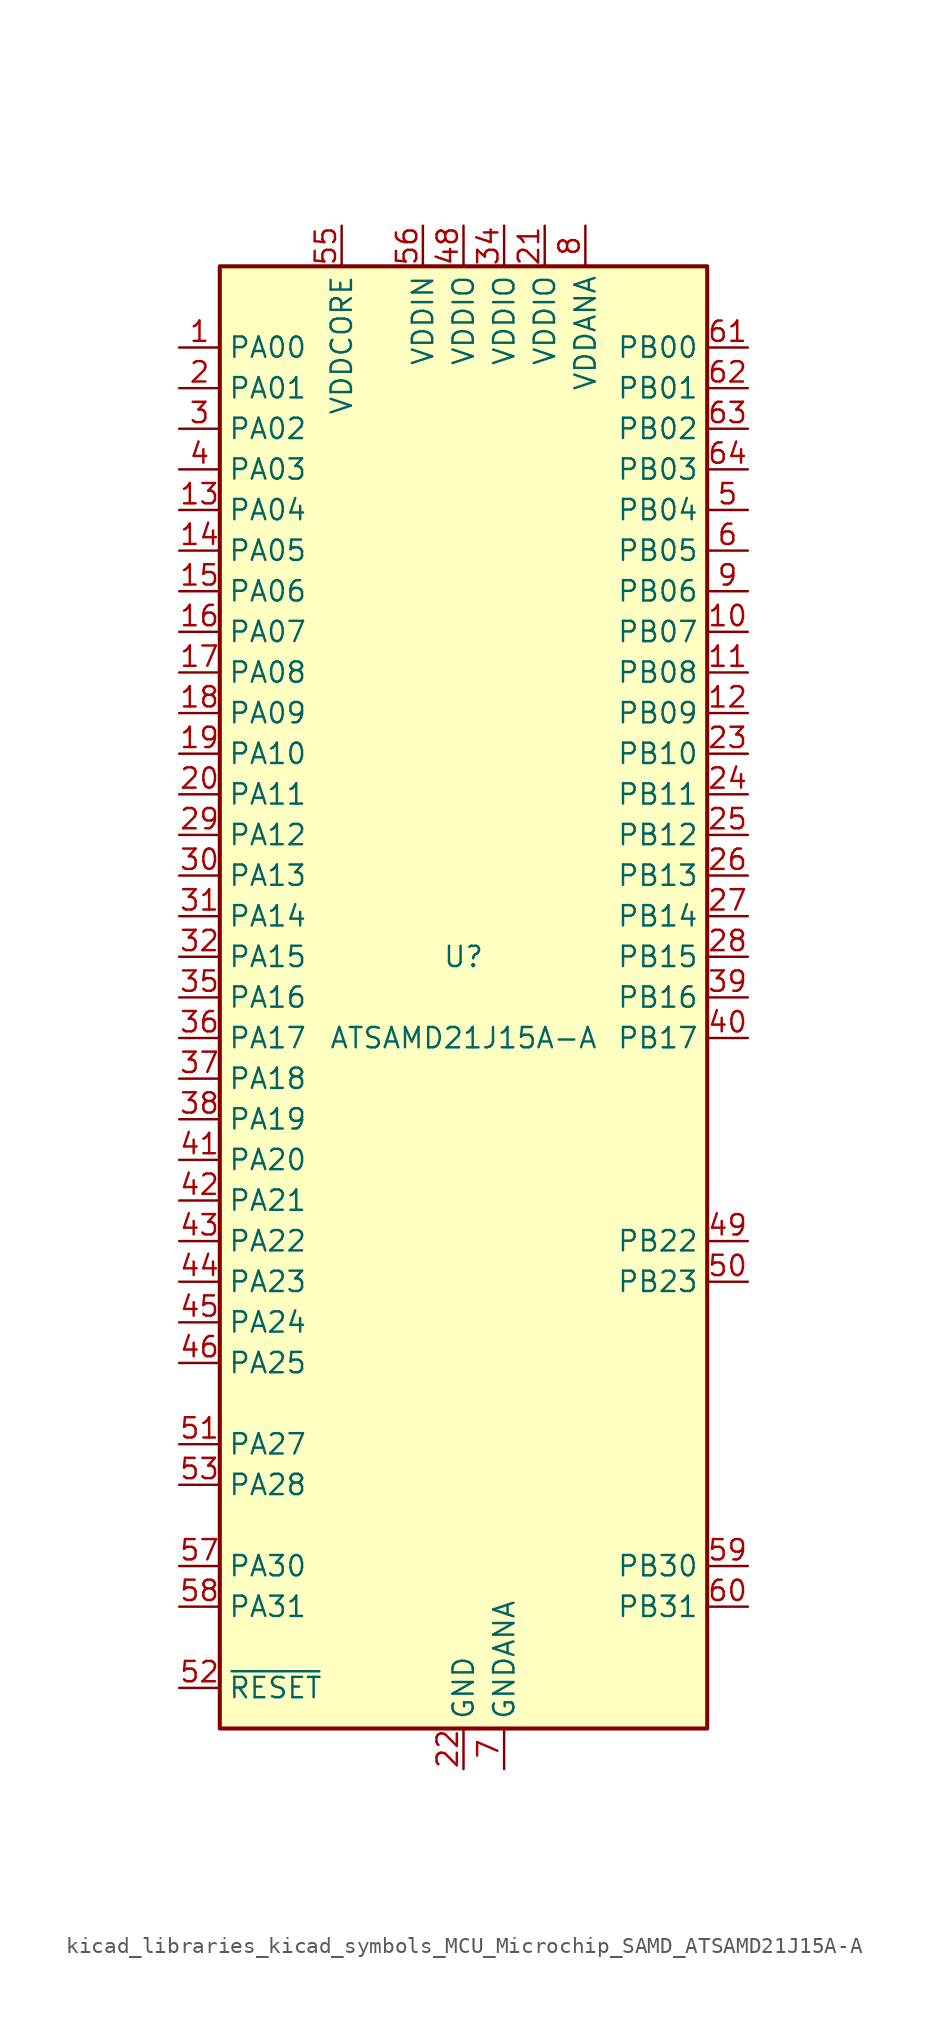
<source format=kicad_sym>
(kicad_symbol_lib
  (version 20220914)
  (generator kicad_symbol_editor)
  (symbol "kicad_libraries_kicad_symbols_MCU_Microchip_SAMD_ATSAMD21J15A-A"
    (property "Reference" "U"
      (at 0 2.54 0)
      (effects (font (size 1.27 1.27))))
    (property "Value" "ATSAMD21J15A-A"
      (at 0 -2.54 0)
      (effects (font (size 1.27 1.27))))
    (symbol "kicad_libraries_kicad_symbols_MCU_Microchip_SAMD_ATSAMD21J15A-A_0_1"
      (rectangle (start -15.24 45.72) (end 15.24 -45.72) (stroke (width 0.254) (type default)) (fill (type background))))
    (symbol "kicad_libraries_kicad_symbols_MCU_Microchip_SAMD_ATSAMD21J15A-A_1_1"
      (pin bidirectional line (at -17.78 40.64 0) (length 2.54) (name "PA00" (effects (font (size 1.27 1.27)))) (number "1" (effects (font (size 1.27 1.27)))))
      (pin bidirectional line (at 17.78 22.86 180) (length 2.54) (name "PB07" (effects (font (size 1.27 1.27)))) (number "10" (effects (font (size 1.27 1.27)))))
      (pin bidirectional line (at 17.78 20.32 180) (length 2.54) (name "PB08" (effects (font (size 1.27 1.27)))) (number "11" (effects (font (size 1.27 1.27)))))
      (pin bidirectional line (at 17.78 17.78 180) (length 2.54) (name "PB09" (effects (font (size 1.27 1.27)))) (number "12" (effects (font (size 1.27 1.27)))))
      (pin bidirectional line (at -17.78 30.48 0) (length 2.54) (name "PA04" (effects (font (size 1.27 1.27)))) (number "13" (effects (font (size 1.27 1.27)))))
      (pin bidirectional line (at -17.78 27.94 0) (length 2.54) (name "PA05" (effects (font (size 1.27 1.27)))) (number "14" (effects (font (size 1.27 1.27)))))
      (pin bidirectional line (at -17.78 25.4 0) (length 2.54) (name "PA06" (effects (font (size 1.27 1.27)))) (number "15" (effects (font (size 1.27 1.27)))))
      (pin bidirectional line (at -17.78 22.86 0) (length 2.54) (name "PA07" (effects (font (size 1.27 1.27)))) (number "16" (effects (font (size 1.27 1.27)))))
      (pin bidirectional line (at -17.78 20.32 0) (length 2.54) (name "PA08" (effects (font (size 1.27 1.27)))) (number "17" (effects (font (size 1.27 1.27)))))
      (pin bidirectional line (at -17.78 17.78 0) (length 2.54) (name "PA09" (effects (font (size 1.27 1.27)))) (number "18" (effects (font (size 1.27 1.27)))))
      (pin bidirectional line (at -17.78 15.24 0) (length 2.54) (name "PA10" (effects (font (size 1.27 1.27)))) (number "19" (effects (font (size 1.27 1.27)))))
      (pin bidirectional line (at -17.78 38.1 0) (length 2.54) (name "PA01" (effects (font (size 1.27 1.27)))) (number "2" (effects (font (size 1.27 1.27)))))
      (pin bidirectional line (at -17.78 12.7 0) (length 2.54) (name "PA11" (effects (font (size 1.27 1.27)))) (number "20" (effects (font (size 1.27 1.27)))))
      (pin power_in line (at 5.08 48.26 270) (length 2.54) (name "VDDIO" (effects (font (size 1.27 1.27)))) (number "21" (effects (font (size 1.27 1.27)))))
      (pin power_in line (at 0 -48.26 90) (length 2.54) (name "GND" (effects (font (size 1.27 1.27)))) (number "22" (effects (font (size 1.27 1.27)))))
      (pin bidirectional line (at 17.78 15.24 180) (length 2.54) (name "PB10" (effects (font (size 1.27 1.27)))) (number "23" (effects (font (size 1.27 1.27)))))
      (pin bidirectional line (at 17.78 12.7 180) (length 2.54) (name "PB11" (effects (font (size 1.27 1.27)))) (number "24" (effects (font (size 1.27 1.27)))))
      (pin bidirectional line (at 17.78 10.16 180) (length 2.54) (name "PB12" (effects (font (size 1.27 1.27)))) (number "25" (effects (font (size 1.27 1.27)))))
      (pin bidirectional line (at 17.78 7.62 180) (length 2.54) (name "PB13" (effects (font (size 1.27 1.27)))) (number "26" (effects (font (size 1.27 1.27)))))
      (pin bidirectional line (at 17.78 5.08 180) (length 2.54) (name "PB14" (effects (font (size 1.27 1.27)))) (number "27" (effects (font (size 1.27 1.27)))))
      (pin bidirectional line (at 17.78 2.54 180) (length 2.54) (name "PB15" (effects (font (size 1.27 1.27)))) (number "28" (effects (font (size 1.27 1.27)))))
      (pin bidirectional line (at -17.78 10.16 0) (length 2.54) (name "PA12" (effects (font (size 1.27 1.27)))) (number "29" (effects (font (size 1.27 1.27)))))
      (pin bidirectional line (at -17.78 35.56 0) (length 2.54) (name "PA02" (effects (font (size 1.27 1.27)))) (number "3" (effects (font (size 1.27 1.27)))))
      (pin bidirectional line (at -17.78 7.62 0) (length 2.54) (name "PA13" (effects (font (size 1.27 1.27)))) (number "30" (effects (font (size 1.27 1.27)))))
      (pin bidirectional line (at -17.78 5.08 0) (length 2.54) (name "PA14" (effects (font (size 1.27 1.27)))) (number "31" (effects (font (size 1.27 1.27)))))
      (pin bidirectional line (at -17.78 2.54 0) (length 2.54) (name "PA15" (effects (font (size 1.27 1.27)))) (number "32" (effects (font (size 1.27 1.27)))))
      (pin passive line (at 0 -48.26 90) (length 2.54) hide (name "GND" (effects (font (size 1.27 1.27)))) (number "33" (effects (font (size 1.27 1.27)))))
      (pin power_in line (at 2.54 48.26 270) (length 2.54) (name "VDDIO" (effects (font (size 1.27 1.27)))) (number "34" (effects (font (size 1.27 1.27)))))
      (pin bidirectional line (at -17.78 0 0) (length 2.54) (name "PA16" (effects (font (size 1.27 1.27)))) (number "35" (effects (font (size 1.27 1.27)))))
      (pin bidirectional line (at -17.78 -2.54 0) (length 2.54) (name "PA17" (effects (font (size 1.27 1.27)))) (number "36" (effects (font (size 1.27 1.27)))))
      (pin bidirectional line (at -17.78 -5.08 0) (length 2.54) (name "PA18" (effects (font (size 1.27 1.27)))) (number "37" (effects (font (size 1.27 1.27)))))
      (pin bidirectional line (at -17.78 -7.62 0) (length 2.54) (name "PA19" (effects (font (size 1.27 1.27)))) (number "38" (effects (font (size 1.27 1.27)))))
      (pin bidirectional line (at 17.78 0 180) (length 2.54) (name "PB16" (effects (font (size 1.27 1.27)))) (number "39" (effects (font (size 1.27 1.27)))))
      (pin bidirectional line (at -17.78 33.02 0) (length 2.54) (name "PA03" (effects (font (size 1.27 1.27)))) (number "4" (effects (font (size 1.27 1.27)))))
      (pin bidirectional line (at 17.78 -2.54 180) (length 2.54) (name "PB17" (effects (font (size 1.27 1.27)))) (number "40" (effects (font (size 1.27 1.27)))))
      (pin bidirectional line (at -17.78 -10.16 0) (length 2.54) (name "PA20" (effects (font (size 1.27 1.27)))) (number "41" (effects (font (size 1.27 1.27)))))
      (pin bidirectional line (at -17.78 -12.7 0) (length 2.54) (name "PA21" (effects (font (size 1.27 1.27)))) (number "42" (effects (font (size 1.27 1.27)))))
      (pin bidirectional line (at -17.78 -15.24 0) (length 2.54) (name "PA22" (effects (font (size 1.27 1.27)))) (number "43" (effects (font (size 1.27 1.27)))))
      (pin bidirectional line (at -17.78 -17.78 0) (length 2.54) (name "PA23" (effects (font (size 1.27 1.27)))) (number "44" (effects (font (size 1.27 1.27)))))
      (pin bidirectional line (at -17.78 -20.32 0) (length 2.54) (name "PA24" (effects (font (size 1.27 1.27)))) (number "45" (effects (font (size 1.27 1.27)))))
      (pin bidirectional line (at -17.78 -22.86 0) (length 2.54) (name "PA25" (effects (font (size 1.27 1.27)))) (number "46" (effects (font (size 1.27 1.27)))))
      (pin passive line (at 0 -48.26 90) (length 2.54) hide (name "GND" (effects (font (size 1.27 1.27)))) (number "47" (effects (font (size 1.27 1.27)))))
      (pin power_in line (at 0 48.26 270) (length 2.54) (name "VDDIO" (effects (font (size 1.27 1.27)))) (number "48" (effects (font (size 1.27 1.27)))))
      (pin bidirectional line (at 17.78 -15.24 180) (length 2.54) (name "PB22" (effects (font (size 1.27 1.27)))) (number "49" (effects (font (size 1.27 1.27)))))
      (pin bidirectional line (at 17.78 30.48 180) (length 2.54) (name "PB04" (effects (font (size 1.27 1.27)))) (number "5" (effects (font (size 1.27 1.27)))))
      (pin bidirectional line (at 17.78 -17.78 180) (length 2.54) (name "PB23" (effects (font (size 1.27 1.27)))) (number "50" (effects (font (size 1.27 1.27)))))
      (pin bidirectional line (at -17.78 -27.94 0) (length 2.54) (name "PA27" (effects (font (size 1.27 1.27)))) (number "51" (effects (font (size 1.27 1.27)))))
      (pin input line (at -17.78 -43.18 0) (length 2.54) (name "~{RESET}" (effects (font (size 1.27 1.27)))) (number "52" (effects (font (size 1.27 1.27)))))
      (pin bidirectional line (at -17.78 -30.48 0) (length 2.54) (name "PA28" (effects (font (size 1.27 1.27)))) (number "53" (effects (font (size 1.27 1.27)))))
      (pin passive line (at 0 -48.26 90) (length 2.54) hide (name "GND" (effects (font (size 1.27 1.27)))) (number "54" (effects (font (size 1.27 1.27)))))
      (pin power_out line (at -7.62 48.26 270) (length 2.54) (name "VDDCORE" (effects (font (size 1.27 1.27)))) (number "55" (effects (font (size 1.27 1.27)))))
      (pin power_in line (at -2.54 48.26 270) (length 2.54) (name "VDDIN" (effects (font (size 1.27 1.27)))) (number "56" (effects (font (size 1.27 1.27)))))
      (pin bidirectional line (at -17.78 -35.56 0) (length 2.54) (name "PA30" (effects (font (size 1.27 1.27)))) (number "57" (effects (font (size 1.27 1.27)))))
      (pin bidirectional line (at -17.78 -38.1 0) (length 2.54) (name "PA31" (effects (font (size 1.27 1.27)))) (number "58" (effects (font (size 1.27 1.27)))))
      (pin bidirectional line (at 17.78 -35.56 180) (length 2.54) (name "PB30" (effects (font (size 1.27 1.27)))) (number "59" (effects (font (size 1.27 1.27)))))
      (pin bidirectional line (at 17.78 27.94 180) (length 2.54) (name "PB05" (effects (font (size 1.27 1.27)))) (number "6" (effects (font (size 1.27 1.27)))))
      (pin bidirectional line (at 17.78 -38.1 180) (length 2.54) (name "PB31" (effects (font (size 1.27 1.27)))) (number "60" (effects (font (size 1.27 1.27)))))
      (pin bidirectional line (at 17.78 40.64 180) (length 2.54) (name "PB00" (effects (font (size 1.27 1.27)))) (number "61" (effects (font (size 1.27 1.27)))))
      (pin bidirectional line (at 17.78 38.1 180) (length 2.54) (name "PB01" (effects (font (size 1.27 1.27)))) (number "62" (effects (font (size 1.27 1.27)))))
      (pin bidirectional line (at 17.78 35.56 180) (length 2.54) (name "PB02" (effects (font (size 1.27 1.27)))) (number "63" (effects (font (size 1.27 1.27)))))
      (pin bidirectional line (at 17.78 33.02 180) (length 2.54) (name "PB03" (effects (font (size 1.27 1.27)))) (number "64" (effects (font (size 1.27 1.27)))))
      (pin power_in line (at 2.54 -48.26 90) (length 2.54) (name "GNDANA" (effects (font (size 1.27 1.27)))) (number "7" (effects (font (size 1.27 1.27)))))
      (pin power_in line (at 7.62 48.26 270) (length 2.54) (name "VDDANA" (effects (font (size 1.27 1.27)))) (number "8" (effects (font (size 1.27 1.27)))))
      (pin bidirectional line (at 17.78 25.4 180) (length 2.54) (name "PB06" (effects (font (size 1.27 1.27)))) (number "9" (effects (font (size 1.27 1.27))))))))
</source>
